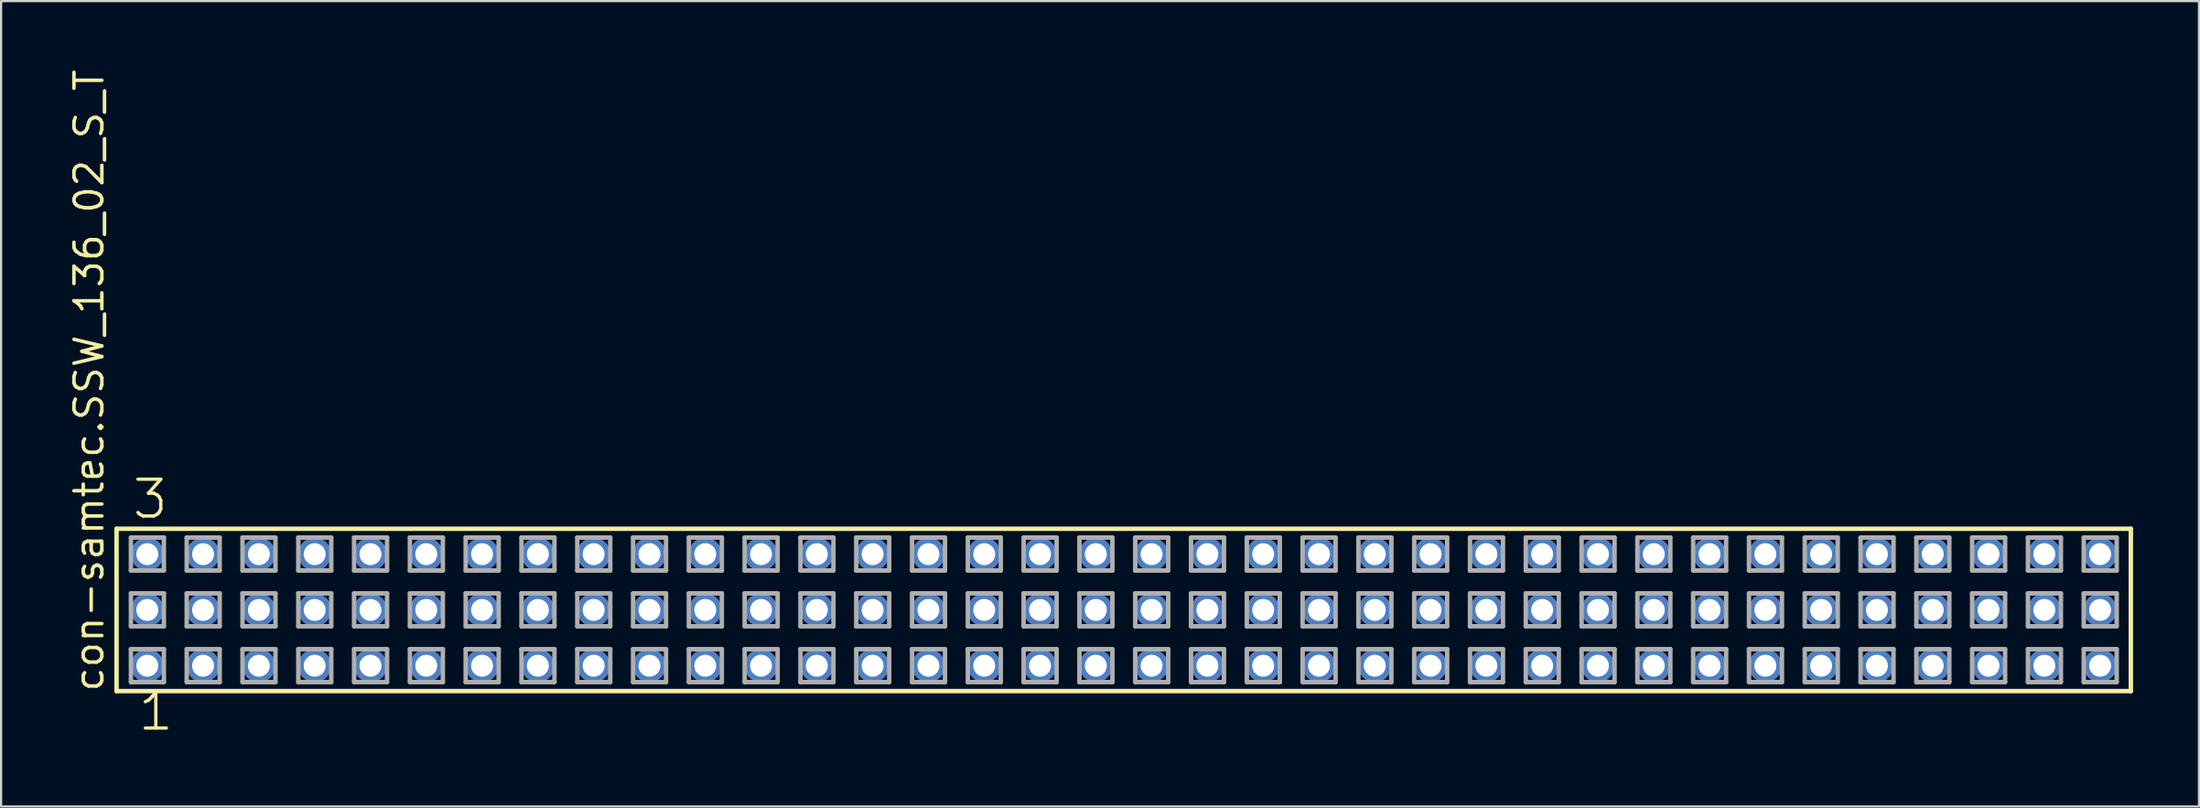
<source format=kicad_pcb>
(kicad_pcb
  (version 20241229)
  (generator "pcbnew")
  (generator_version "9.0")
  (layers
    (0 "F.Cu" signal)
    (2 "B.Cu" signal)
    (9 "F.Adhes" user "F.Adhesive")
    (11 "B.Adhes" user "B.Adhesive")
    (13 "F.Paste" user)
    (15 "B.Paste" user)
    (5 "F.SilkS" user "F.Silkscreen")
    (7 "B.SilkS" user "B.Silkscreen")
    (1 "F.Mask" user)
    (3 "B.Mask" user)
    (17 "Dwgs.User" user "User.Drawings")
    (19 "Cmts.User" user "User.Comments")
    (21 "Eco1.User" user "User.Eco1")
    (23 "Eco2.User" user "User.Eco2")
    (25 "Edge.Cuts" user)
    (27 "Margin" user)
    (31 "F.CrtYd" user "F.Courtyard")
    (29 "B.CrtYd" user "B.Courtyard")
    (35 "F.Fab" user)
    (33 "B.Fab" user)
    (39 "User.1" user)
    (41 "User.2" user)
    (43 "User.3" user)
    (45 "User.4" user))
  (footprint "con-samtec.SSW_136_02_S_T"
    (layer "F.Cu")
    (at 48.105 24.719)
    (property "Reference" "con-samtec.SSW_136_02_S_T" (at -46.355 3.81 90) (layer "F.SilkS") (effects (font (size 1.27 1.27) (thickness 0.16)) (justify left bottom)))
    (attr through_hole)
    (fp_line (start -45.849 -3.695) (end 45.849 -3.695) (stroke (width 0.203) (type default)) (layer "F.SilkS"))
    (fp_line (start -45.849 3.695) (end -45.849 -3.695) (stroke (width 0.203) (type default)) (layer "F.SilkS"))
    (fp_line (start 45.849 -3.695) (end 45.849 3.695) (stroke (width 0.203) (type default)) (layer "F.SilkS"))
    (fp_line (start 45.849 3.695) (end -45.849 3.695) (stroke (width 0.203) (type default)) (layer "F.SilkS"))
    (fp_line (start -45.195 -3.295) (end -43.695 -3.295) (stroke (width 0.203) (type default)) (layer "F.Fab"))
    (fp_line (start -45.195 -1.795) (end -45.195 -3.295) (stroke (width 0.203) (type default)) (layer "F.Fab"))
    (fp_line (start -45.195 -0.755) (end -43.695 -0.755) (stroke (width 0.203) (type default)) (layer "F.Fab"))
    (fp_line (start -45.195 0.745) (end -45.195 -0.755) (stroke (width 0.203) (type default)) (layer "F.Fab"))
    (fp_line (start -45.195 1.785) (end -43.695 1.785) (stroke (width 0.203) (type default)) (layer "F.Fab"))
    (fp_line (start -45.195 3.285) (end -45.195 1.785) (stroke (width 0.203) (type default)) (layer "F.Fab"))
    (fp_line (start -43.695 -3.295) (end -43.695 -1.795) (stroke (width 0.203) (type default)) (layer "F.Fab"))
    (fp_line (start -43.695 -1.795) (end -45.195 -1.795) (stroke (width 0.203) (type default)) (layer "F.Fab"))
    (fp_line (start -43.695 -0.755) (end -43.695 0.745) (stroke (width 0.203) (type default)) (layer "F.Fab"))
    (fp_line (start -43.695 0.745) (end -45.195 0.745) (stroke (width 0.203) (type default)) (layer "F.Fab"))
    (fp_line (start -43.695 1.785) (end -43.695 3.285) (stroke (width 0.203) (type default)) (layer "F.Fab"))
    (fp_line (start -43.695 3.285) (end -45.195 3.285) (stroke (width 0.203) (type default)) (layer "F.Fab"))
    (fp_line (start -42.655 -3.295) (end -41.155 -3.295) (stroke (width 0.203) (type default)) (layer "F.Fab"))
    (fp_line (start -42.655 -1.795) (end -42.655 -3.295) (stroke (width 0.203) (type default)) (layer "F.Fab"))
    (fp_line (start -42.655 -0.755) (end -41.155 -0.755) (stroke (width 0.203) (type default)) (layer "F.Fab"))
    (fp_line (start -42.655 0.745) (end -42.655 -0.755) (stroke (width 0.203) (type default)) (layer "F.Fab"))
    (fp_line (start -42.655 1.785) (end -41.155 1.785) (stroke (width 0.203) (type default)) (layer "F.Fab"))
    (fp_line (start -42.655 3.285) (end -42.655 1.785) (stroke (width 0.203) (type default)) (layer "F.Fab"))
    (fp_line (start -41.155 -3.295) (end -41.155 -1.795) (stroke (width 0.203) (type default)) (layer "F.Fab"))
    (fp_line (start -41.155 -1.795) (end -42.655 -1.795) (stroke (width 0.203) (type default)) (layer "F.Fab"))
    (fp_line (start -41.155 -0.755) (end -41.155 0.745) (stroke (width 0.203) (type default)) (layer "F.Fab"))
    (fp_line (start -41.155 0.745) (end -42.655 0.745) (stroke (width 0.203) (type default)) (layer "F.Fab"))
    (fp_line (start -41.155 1.785) (end -41.155 3.285) (stroke (width 0.203) (type default)) (layer "F.Fab"))
    (fp_line (start -41.155 3.285) (end -42.655 3.285) (stroke (width 0.203) (type default)) (layer "F.Fab"))
    (fp_line (start -40.115 -3.295) (end -38.615 -3.295) (stroke (width 0.203) (type default)) (layer "F.Fab"))
    (fp_line (start -40.115 -1.795) (end -40.115 -3.295) (stroke (width 0.203) (type default)) (layer "F.Fab"))
    (fp_line (start -40.115 -0.755) (end -38.615 -0.755) (stroke (width 0.203) (type default)) (layer "F.Fab"))
    (fp_line (start -40.115 0.745) (end -40.115 -0.755) (stroke (width 0.203) (type default)) (layer "F.Fab"))
    (fp_line (start -40.115 1.785) (end -38.615 1.785) (stroke (width 0.203) (type default)) (layer "F.Fab"))
    (fp_line (start -40.115 3.285) (end -40.115 1.785) (stroke (width 0.203) (type default)) (layer "F.Fab"))
    (fp_line (start -38.615 -3.295) (end -38.615 -1.795) (stroke (width 0.203) (type default)) (layer "F.Fab"))
    (fp_line (start -38.615 -1.795) (end -40.115 -1.795) (stroke (width 0.203) (type default)) (layer "F.Fab"))
    (fp_line (start -38.615 -0.755) (end -38.615 0.745) (stroke (width 0.203) (type default)) (layer "F.Fab"))
    (fp_line (start -38.615 0.745) (end -40.115 0.745) (stroke (width 0.203) (type default)) (layer "F.Fab"))
    (fp_line (start -38.615 1.785) (end -38.615 3.285) (stroke (width 0.203) (type default)) (layer "F.Fab"))
    (fp_line (start -38.615 3.285) (end -40.115 3.285) (stroke (width 0.203) (type default)) (layer "F.Fab"))
    (fp_line (start -37.575 -3.295) (end -36.075 -3.295) (stroke (width 0.203) (type default)) (layer "F.Fab"))
    (fp_line (start -37.575 -1.795) (end -37.575 -3.295) (stroke (width 0.203) (type default)) (layer "F.Fab"))
    (fp_line (start -37.575 -0.755) (end -36.075 -0.755) (stroke (width 0.203) (type default)) (layer "F.Fab"))
    (fp_line (start -37.575 0.745) (end -37.575 -0.755) (stroke (width 0.203) (type default)) (layer "F.Fab"))
    (fp_line (start -37.575 1.785) (end -36.075 1.785) (stroke (width 0.203) (type default)) (layer "F.Fab"))
    (fp_line (start -37.575 3.285) (end -37.575 1.785) (stroke (width 0.203) (type default)) (layer "F.Fab"))
    (fp_line (start -36.075 -3.295) (end -36.075 -1.795) (stroke (width 0.203) (type default)) (layer "F.Fab"))
    (fp_line (start -36.075 -1.795) (end -37.575 -1.795) (stroke (width 0.203) (type default)) (layer "F.Fab"))
    (fp_line (start -36.075 -0.755) (end -36.075 0.745) (stroke (width 0.203) (type default)) (layer "F.Fab"))
    (fp_line (start -36.075 0.745) (end -37.575 0.745) (stroke (width 0.203) (type default)) (layer "F.Fab"))
    (fp_line (start -36.075 1.785) (end -36.075 3.285) (stroke (width 0.203) (type default)) (layer "F.Fab"))
    (fp_line (start -36.075 3.285) (end -37.575 3.285) (stroke (width 0.203) (type default)) (layer "F.Fab"))
    (fp_line (start -35.035 -3.295) (end -33.535 -3.295) (stroke (width 0.203) (type default)) (layer "F.Fab"))
    (fp_line (start -35.035 -1.795) (end -35.035 -3.295) (stroke (width 0.203) (type default)) (layer "F.Fab"))
    (fp_line (start -35.035 -0.755) (end -33.535 -0.755) (stroke (width 0.203) (type default)) (layer "F.Fab"))
    (fp_line (start -35.035 0.745) (end -35.035 -0.755) (stroke (width 0.203) (type default)) (layer "F.Fab"))
    (fp_line (start -35.035 1.785) (end -33.535 1.785) (stroke (width 0.203) (type default)) (layer "F.Fab"))
    (fp_line (start -35.035 3.285) (end -35.035 1.785) (stroke (width 0.203) (type default)) (layer "F.Fab"))
    (fp_line (start -33.535 -3.295) (end -33.535 -1.795) (stroke (width 0.203) (type default)) (layer "F.Fab"))
    (fp_line (start -33.535 -1.795) (end -35.035 -1.795) (stroke (width 0.203) (type default)) (layer "F.Fab"))
    (fp_line (start -33.535 -0.755) (end -33.535 0.745) (stroke (width 0.203) (type default)) (layer "F.Fab"))
    (fp_line (start -33.535 0.745) (end -35.035 0.745) (stroke (width 0.203) (type default)) (layer "F.Fab"))
    (fp_line (start -33.535 1.785) (end -33.535 3.285) (stroke (width 0.203) (type default)) (layer "F.Fab"))
    (fp_line (start -33.535 3.285) (end -35.035 3.285) (stroke (width 0.203) (type default)) (layer "F.Fab"))
    (fp_line (start -32.495 -3.295) (end -30.995 -3.295) (stroke (width 0.203) (type default)) (layer "F.Fab"))
    (fp_line (start -32.495 -1.795) (end -32.495 -3.295) (stroke (width 0.203) (type default)) (layer "F.Fab"))
    (fp_line (start -32.495 -0.755) (end -30.995 -0.755) (stroke (width 0.203) (type default)) (layer "F.Fab"))
    (fp_line (start -32.495 0.745) (end -32.495 -0.755) (stroke (width 0.203) (type default)) (layer "F.Fab"))
    (fp_line (start -32.495 1.785) (end -30.995 1.785) (stroke (width 0.203) (type default)) (layer "F.Fab"))
    (fp_line (start -32.495 3.285) (end -32.495 1.785) (stroke (width 0.203) (type default)) (layer "F.Fab"))
    (fp_line (start -30.995 -3.295) (end -30.995 -1.795) (stroke (width 0.203) (type default)) (layer "F.Fab"))
    (fp_line (start -30.995 -1.795) (end -32.495 -1.795) (stroke (width 0.203) (type default)) (layer "F.Fab"))
    (fp_line (start -30.995 -0.755) (end -30.995 0.745) (stroke (width 0.203) (type default)) (layer "F.Fab"))
    (fp_line (start -30.995 0.745) (end -32.495 0.745) (stroke (width 0.203) (type default)) (layer "F.Fab"))
    (fp_line (start -30.995 1.785) (end -30.995 3.285) (stroke (width 0.203) (type default)) (layer "F.Fab"))
    (fp_line (start -30.995 3.285) (end -32.495 3.285) (stroke (width 0.203) (type default)) (layer "F.Fab"))
    (fp_line (start -29.955 -3.295) (end -28.455 -3.295) (stroke (width 0.203) (type default)) (layer "F.Fab"))
    (fp_line (start -29.955 -1.795) (end -29.955 -3.295) (stroke (width 0.203) (type default)) (layer "F.Fab"))
    (fp_line (start -29.955 -0.755) (end -28.455 -0.755) (stroke (width 0.203) (type default)) (layer "F.Fab"))
    (fp_line (start -29.955 0.745) (end -29.955 -0.755) (stroke (width 0.203) (type default)) (layer "F.Fab"))
    (fp_line (start -29.955 1.785) (end -28.455 1.785) (stroke (width 0.203) (type default)) (layer "F.Fab"))
    (fp_line (start -29.955 3.285) (end -29.955 1.785) (stroke (width 0.203) (type default)) (layer "F.Fab"))
    (fp_line (start -28.455 -3.295) (end -28.455 -1.795) (stroke (width 0.203) (type default)) (layer "F.Fab"))
    (fp_line (start -28.455 -1.795) (end -29.955 -1.795) (stroke (width 0.203) (type default)) (layer "F.Fab"))
    (fp_line (start -28.455 -0.755) (end -28.455 0.745) (stroke (width 0.203) (type default)) (layer "F.Fab"))
    (fp_line (start -28.455 0.745) (end -29.955 0.745) (stroke (width 0.203) (type default)) (layer "F.Fab"))
    (fp_line (start -28.455 1.785) (end -28.455 3.285) (stroke (width 0.203) (type default)) (layer "F.Fab"))
    (fp_line (start -28.455 3.285) (end -29.955 3.285) (stroke (width 0.203) (type default)) (layer "F.Fab"))
    (fp_line (start -27.415 -3.295) (end -25.915 -3.295) (stroke (width 0.203) (type default)) (layer "F.Fab"))
    (fp_line (start -27.415 -1.795) (end -27.415 -3.295) (stroke (width 0.203) (type default)) (layer "F.Fab"))
    (fp_line (start -27.415 -0.755) (end -25.915 -0.755) (stroke (width 0.203) (type default)) (layer "F.Fab"))
    (fp_line (start -27.415 0.745) (end -27.415 -0.755) (stroke (width 0.203) (type default)) (layer "F.Fab"))
    (fp_line (start -27.415 1.785) (end -25.915 1.785) (stroke (width 0.203) (type default)) (layer "F.Fab"))
    (fp_line (start -27.415 3.285) (end -27.415 1.785) (stroke (width 0.203) (type default)) (layer "F.Fab"))
    (fp_line (start -25.915 -3.295) (end -25.915 -1.795) (stroke (width 0.203) (type default)) (layer "F.Fab"))
    (fp_line (start -25.915 -1.795) (end -27.415 -1.795) (stroke (width 0.203) (type default)) (layer "F.Fab"))
    (fp_line (start -25.915 -0.755) (end -25.915 0.745) (stroke (width 0.203) (type default)) (layer "F.Fab"))
    (fp_line (start -25.915 0.745) (end -27.415 0.745) (stroke (width 0.203) (type default)) (layer "F.Fab"))
    (fp_line (start -25.915 1.785) (end -25.915 3.285) (stroke (width 0.203) (type default)) (layer "F.Fab"))
    (fp_line (start -25.915 3.285) (end -27.415 3.285) (stroke (width 0.203) (type default)) (layer "F.Fab"))
    (fp_line (start -24.875 -3.295) (end -23.375 -3.295) (stroke (width 0.203) (type default)) (layer "F.Fab"))
    (fp_line (start -24.875 -1.795) (end -24.875 -3.295) (stroke (width 0.203) (type default)) (layer "F.Fab"))
    (fp_line (start -24.875 -0.755) (end -23.375 -0.755) (stroke (width 0.203) (type default)) (layer "F.Fab"))
    (fp_line (start -24.875 0.745) (end -24.875 -0.755) (stroke (width 0.203) (type default)) (layer "F.Fab"))
    (fp_line (start -24.875 1.785) (end -23.375 1.785) (stroke (width 0.203) (type default)) (layer "F.Fab"))
    (fp_line (start -24.875 3.285) (end -24.875 1.785) (stroke (width 0.203) (type default)) (layer "F.Fab"))
    (fp_line (start -23.375 -3.295) (end -23.375 -1.795) (stroke (width 0.203) (type default)) (layer "F.Fab"))
    (fp_line (start -23.375 -1.795) (end -24.875 -1.795) (stroke (width 0.203) (type default)) (layer "F.Fab"))
    (fp_line (start -23.375 -0.755) (end -23.375 0.745) (stroke (width 0.203) (type default)) (layer "F.Fab"))
    (fp_line (start -23.375 0.745) (end -24.875 0.745) (stroke (width 0.203) (type default)) (layer "F.Fab"))
    (fp_line (start -23.375 1.785) (end -23.375 3.285) (stroke (width 0.203) (type default)) (layer "F.Fab"))
    (fp_line (start -23.375 3.285) (end -24.875 3.285) (stroke (width 0.203) (type default)) (layer "F.Fab"))
    (fp_line (start -22.335 -3.295) (end -20.835 -3.295) (stroke (width 0.203) (type default)) (layer "F.Fab"))
    (fp_line (start -22.335 -1.795) (end -22.335 -3.295) (stroke (width 0.203) (type default)) (layer "F.Fab"))
    (fp_line (start -22.335 -0.755) (end -20.835 -0.755) (stroke (width 0.203) (type default)) (layer "F.Fab"))
    (fp_line (start -22.335 0.745) (end -22.335 -0.755) (stroke (width 0.203) (type default)) (layer "F.Fab"))
    (fp_line (start -22.335 1.785) (end -20.835 1.785) (stroke (width 0.203) (type default)) (layer "F.Fab"))
    (fp_line (start -22.335 3.285) (end -22.335 1.785) (stroke (width 0.203) (type default)) (layer "F.Fab"))
    (fp_line (start -20.835 -3.295) (end -20.835 -1.795) (stroke (width 0.203) (type default)) (layer "F.Fab"))
    (fp_line (start -20.835 -1.795) (end -22.335 -1.795) (stroke (width 0.203) (type default)) (layer "F.Fab"))
    (fp_line (start -20.835 -0.755) (end -20.835 0.745) (stroke (width 0.203) (type default)) (layer "F.Fab"))
    (fp_line (start -20.835 0.745) (end -22.335 0.745) (stroke (width 0.203) (type default)) (layer "F.Fab"))
    (fp_line (start -20.835 1.785) (end -20.835 3.285) (stroke (width 0.203) (type default)) (layer "F.Fab"))
    (fp_line (start -20.835 3.285) (end -22.335 3.285) (stroke (width 0.203) (type default)) (layer "F.Fab"))
    (fp_line (start -19.795 -3.295) (end -18.295 -3.295) (stroke (width 0.203) (type default)) (layer "F.Fab"))
    (fp_line (start -19.795 -1.795) (end -19.795 -3.295) (stroke (width 0.203) (type default)) (layer "F.Fab"))
    (fp_line (start -19.795 -0.755) (end -18.295 -0.755) (stroke (width 0.203) (type default)) (layer "F.Fab"))
    (fp_line (start -19.795 0.745) (end -19.795 -0.755) (stroke (width 0.203) (type default)) (layer "F.Fab"))
    (fp_line (start -19.795 1.785) (end -18.295 1.785) (stroke (width 0.203) (type default)) (layer "F.Fab"))
    (fp_line (start -19.795 3.285) (end -19.795 1.785) (stroke (width 0.203) (type default)) (layer "F.Fab"))
    (fp_line (start -18.295 -3.295) (end -18.295 -1.795) (stroke (width 0.203) (type default)) (layer "F.Fab"))
    (fp_line (start -18.295 -1.795) (end -19.795 -1.795) (stroke (width 0.203) (type default)) (layer "F.Fab"))
    (fp_line (start -18.295 -0.755) (end -18.295 0.745) (stroke (width 0.203) (type default)) (layer "F.Fab"))
    (fp_line (start -18.295 0.745) (end -19.795 0.745) (stroke (width 0.203) (type default)) (layer "F.Fab"))
    (fp_line (start -18.295 1.785) (end -18.295 3.285) (stroke (width 0.203) (type default)) (layer "F.Fab"))
    (fp_line (start -18.295 3.285) (end -19.795 3.285) (stroke (width 0.203) (type default)) (layer "F.Fab"))
    (fp_line (start -17.255 -3.295) (end -15.755 -3.295) (stroke (width 0.203) (type default)) (layer "F.Fab"))
    (fp_line (start -17.255 -1.795) (end -17.255 -3.295) (stroke (width 0.203) (type default)) (layer "F.Fab"))
    (fp_line (start -17.255 -0.755) (end -15.755 -0.755) (stroke (width 0.203) (type default)) (layer "F.Fab"))
    (fp_line (start -17.255 0.745) (end -17.255 -0.755) (stroke (width 0.203) (type default)) (layer "F.Fab"))
    (fp_line (start -17.255 1.785) (end -15.755 1.785) (stroke (width 0.203) (type default)) (layer "F.Fab"))
    (fp_line (start -17.255 3.285) (end -17.255 1.785) (stroke (width 0.203) (type default)) (layer "F.Fab"))
    (fp_line (start -15.755 -3.295) (end -15.755 -1.795) (stroke (width 0.203) (type default)) (layer "F.Fab"))
    (fp_line (start -15.755 -1.795) (end -17.255 -1.795) (stroke (width 0.203) (type default)) (layer "F.Fab"))
    (fp_line (start -15.755 -0.755) (end -15.755 0.745) (stroke (width 0.203) (type default)) (layer "F.Fab"))
    (fp_line (start -15.755 0.745) (end -17.255 0.745) (stroke (width 0.203) (type default)) (layer "F.Fab"))
    (fp_line (start -15.755 1.785) (end -15.755 3.285) (stroke (width 0.203) (type default)) (layer "F.Fab"))
    (fp_line (start -15.755 3.285) (end -17.255 3.285) (stroke (width 0.203) (type default)) (layer "F.Fab"))
    (fp_line (start -14.715 -3.295) (end -13.215 -3.295) (stroke (width 0.203) (type default)) (layer "F.Fab"))
    (fp_line (start -14.715 -1.795) (end -14.715 -3.295) (stroke (width 0.203) (type default)) (layer "F.Fab"))
    (fp_line (start -14.715 -0.755) (end -13.215 -0.755) (stroke (width 0.203) (type default)) (layer "F.Fab"))
    (fp_line (start -14.715 0.745) (end -14.715 -0.755) (stroke (width 0.203) (type default)) (layer "F.Fab"))
    (fp_line (start -14.715 1.785) (end -13.215 1.785) (stroke (width 0.203) (type default)) (layer "F.Fab"))
    (fp_line (start -14.715 3.285) (end -14.715 1.785) (stroke (width 0.203) (type default)) (layer "F.Fab"))
    (fp_line (start -13.215 -3.295) (end -13.215 -1.795) (stroke (width 0.203) (type default)) (layer "F.Fab"))
    (fp_line (start -13.215 -1.795) (end -14.715 -1.795) (stroke (width 0.203) (type default)) (layer "F.Fab"))
    (fp_line (start -13.215 -0.755) (end -13.215 0.745) (stroke (width 0.203) (type default)) (layer "F.Fab"))
    (fp_line (start -13.215 0.745) (end -14.715 0.745) (stroke (width 0.203) (type default)) (layer "F.Fab"))
    (fp_line (start -13.215 1.785) (end -13.215 3.285) (stroke (width 0.203) (type default)) (layer "F.Fab"))
    (fp_line (start -13.215 3.285) (end -14.715 3.285) (stroke (width 0.203) (type default)) (layer "F.Fab"))
    (fp_line (start -12.175 -3.295) (end -10.675 -3.295) (stroke (width 0.203) (type default)) (layer "F.Fab"))
    (fp_line (start -12.175 -1.795) (end -12.175 -3.295) (stroke (width 0.203) (type default)) (layer "F.Fab"))
    (fp_line (start -12.175 -0.755) (end -10.675 -0.755) (stroke (width 0.203) (type default)) (layer "F.Fab"))
    (fp_line (start -12.175 0.745) (end -12.175 -0.755) (stroke (width 0.203) (type default)) (layer "F.Fab"))
    (fp_line (start -12.175 1.785) (end -10.675 1.785) (stroke (width 0.203) (type default)) (layer "F.Fab"))
    (fp_line (start -12.175 3.285) (end -12.175 1.785) (stroke (width 0.203) (type default)) (layer "F.Fab"))
    (fp_line (start -10.675 -3.295) (end -10.675 -1.795) (stroke (width 0.203) (type default)) (layer "F.Fab"))
    (fp_line (start -10.675 -1.795) (end -12.175 -1.795) (stroke (width 0.203) (type default)) (layer "F.Fab"))
    (fp_line (start -10.675 -0.755) (end -10.675 0.745) (stroke (width 0.203) (type default)) (layer "F.Fab"))
    (fp_line (start -10.675 0.745) (end -12.175 0.745) (stroke (width 0.203) (type default)) (layer "F.Fab"))
    (fp_line (start -10.675 1.785) (end -10.675 3.285) (stroke (width 0.203) (type default)) (layer "F.Fab"))
    (fp_line (start -10.675 3.285) (end -12.175 3.285) (stroke (width 0.203) (type default)) (layer "F.Fab"))
    (fp_line (start -9.635 -3.295) (end -8.135 -3.295) (stroke (width 0.203) (type default)) (layer "F.Fab"))
    (fp_line (start -9.635 -1.795) (end -9.635 -3.295) (stroke (width 0.203) (type default)) (layer "F.Fab"))
    (fp_line (start -9.635 -0.755) (end -8.135 -0.755) (stroke (width 0.203) (type default)) (layer "F.Fab"))
    (fp_line (start -9.635 0.745) (end -9.635 -0.755) (stroke (width 0.203) (type default)) (layer "F.Fab"))
    (fp_line (start -9.635 1.785) (end -8.135 1.785) (stroke (width 0.203) (type default)) (layer "F.Fab"))
    (fp_line (start -9.635 3.285) (end -9.635 1.785) (stroke (width 0.203) (type default)) (layer "F.Fab"))
    (fp_line (start -8.135 -3.295) (end -8.135 -1.795) (stroke (width 0.203) (type default)) (layer "F.Fab"))
    (fp_line (start -8.135 -1.795) (end -9.635 -1.795) (stroke (width 0.203) (type default)) (layer "F.Fab"))
    (fp_line (start -8.135 -0.755) (end -8.135 0.745) (stroke (width 0.203) (type default)) (layer "F.Fab"))
    (fp_line (start -8.135 0.745) (end -9.635 0.745) (stroke (width 0.203) (type default)) (layer "F.Fab"))
    (fp_line (start -8.135 1.785) (end -8.135 3.285) (stroke (width 0.203) (type default)) (layer "F.Fab"))
    (fp_line (start -8.135 3.285) (end -9.635 3.285) (stroke (width 0.203) (type default)) (layer "F.Fab"))
    (fp_line (start -7.095 -3.295) (end -5.595 -3.295) (stroke (width 0.203) (type default)) (layer "F.Fab"))
    (fp_line (start -7.095 -1.795) (end -7.095 -3.295) (stroke (width 0.203) (type default)) (layer "F.Fab"))
    (fp_line (start -7.095 -0.755) (end -5.595 -0.755) (stroke (width 0.203) (type default)) (layer "F.Fab"))
    (fp_line (start -7.095 0.745) (end -7.095 -0.755) (stroke (width 0.203) (type default)) (layer "F.Fab"))
    (fp_line (start -7.095 1.785) (end -5.595 1.785) (stroke (width 0.203) (type default)) (layer "F.Fab"))
    (fp_line (start -7.095 3.285) (end -7.095 1.785) (stroke (width 0.203) (type default)) (layer "F.Fab"))
    (fp_line (start -5.595 -3.295) (end -5.595 -1.795) (stroke (width 0.203) (type default)) (layer "F.Fab"))
    (fp_line (start -5.595 -1.795) (end -7.095 -1.795) (stroke (width 0.203) (type default)) (layer "F.Fab"))
    (fp_line (start -5.595 -0.755) (end -5.595 0.745) (stroke (width 0.203) (type default)) (layer "F.Fab"))
    (fp_line (start -5.595 0.745) (end -7.095 0.745) (stroke (width 0.203) (type default)) (layer "F.Fab"))
    (fp_line (start -5.595 1.785) (end -5.595 3.285) (stroke (width 0.203) (type default)) (layer "F.Fab"))
    (fp_line (start -5.595 3.285) (end -7.095 3.285) (stroke (width 0.203) (type default)) (layer "F.Fab"))
    (fp_line (start -4.555 -3.295) (end -3.055 -3.295) (stroke (width 0.203) (type default)) (layer "F.Fab"))
    (fp_line (start -4.555 -1.795) (end -4.555 -3.295) (stroke (width 0.203) (type default)) (layer "F.Fab"))
    (fp_line (start -4.555 -0.755) (end -3.055 -0.755) (stroke (width 0.203) (type default)) (layer "F.Fab"))
    (fp_line (start -4.555 0.745) (end -4.555 -0.755) (stroke (width 0.203) (type default)) (layer "F.Fab"))
    (fp_line (start -4.555 1.785) (end -3.055 1.785) (stroke (width 0.203) (type default)) (layer "F.Fab"))
    (fp_line (start -4.555 3.285) (end -4.555 1.785) (stroke (width 0.203) (type default)) (layer "F.Fab"))
    (fp_line (start -3.055 -3.295) (end -3.055 -1.795) (stroke (width 0.203) (type default)) (layer "F.Fab"))
    (fp_line (start -3.055 -1.795) (end -4.555 -1.795) (stroke (width 0.203) (type default)) (layer "F.Fab"))
    (fp_line (start -3.055 -0.755) (end -3.055 0.745) (stroke (width 0.203) (type default)) (layer "F.Fab"))
    (fp_line (start -3.055 0.745) (end -4.555 0.745) (stroke (width 0.203) (type default)) (layer "F.Fab"))
    (fp_line (start -3.055 1.785) (end -3.055 3.285) (stroke (width 0.203) (type default)) (layer "F.Fab"))
    (fp_line (start -3.055 3.285) (end -4.555 3.285) (stroke (width 0.203) (type default)) (layer "F.Fab"))
    (fp_line (start -2.015 -3.295) (end -0.515 -3.295) (stroke (width 0.203) (type default)) (layer "F.Fab"))
    (fp_line (start -2.015 -1.795) (end -2.015 -3.295) (stroke (width 0.203) (type default)) (layer "F.Fab"))
    (fp_line (start -2.015 -0.755) (end -0.515 -0.755) (stroke (width 0.203) (type default)) (layer "F.Fab"))
    (fp_line (start -2.015 0.745) (end -2.015 -0.755) (stroke (width 0.203) (type default)) (layer "F.Fab"))
    (fp_line (start -2.015 1.785) (end -0.515 1.785) (stroke (width 0.203) (type default)) (layer "F.Fab"))
    (fp_line (start -2.015 3.285) (end -2.015 1.785) (stroke (width 0.203) (type default)) (layer "F.Fab"))
    (fp_line (start -0.515 -3.295) (end -0.515 -1.795) (stroke (width 0.203) (type default)) (layer "F.Fab"))
    (fp_line (start -0.515 -1.795) (end -2.015 -1.795) (stroke (width 0.203) (type default)) (layer "F.Fab"))
    (fp_line (start -0.515 -0.755) (end -0.515 0.745) (stroke (width 0.203) (type default)) (layer "F.Fab"))
    (fp_line (start -0.515 0.745) (end -2.015 0.745) (stroke (width 0.203) (type default)) (layer "F.Fab"))
    (fp_line (start -0.515 1.785) (end -0.515 3.285) (stroke (width 0.203) (type default)) (layer "F.Fab"))
    (fp_line (start -0.515 3.285) (end -2.015 3.285) (stroke (width 0.203) (type default)) (layer "F.Fab"))
    (fp_line (start 0.525 -3.295) (end 2.025 -3.295) (stroke (width 0.203) (type default)) (layer "F.Fab"))
    (fp_line (start 0.525 -1.795) (end 0.525 -3.295) (stroke (width 0.203) (type default)) (layer "F.Fab"))
    (fp_line (start 0.525 -0.755) (end 2.025 -0.755) (stroke (width 0.203) (type default)) (layer "F.Fab"))
    (fp_line (start 0.525 0.745) (end 0.525 -0.755) (stroke (width 0.203) (type default)) (layer "F.Fab"))
    (fp_line (start 0.525 1.785) (end 2.025 1.785) (stroke (width 0.203) (type default)) (layer "F.Fab"))
    (fp_line (start 0.525 3.285) (end 0.525 1.785) (stroke (width 0.203) (type default)) (layer "F.Fab"))
    (fp_line (start 2.025 -3.295) (end 2.025 -1.795) (stroke (width 0.203) (type default)) (layer "F.Fab"))
    (fp_line (start 2.025 -1.795) (end 0.525 -1.795) (stroke (width 0.203) (type default)) (layer "F.Fab"))
    (fp_line (start 2.025 -0.755) (end 2.025 0.745) (stroke (width 0.203) (type default)) (layer "F.Fab"))
    (fp_line (start 2.025 0.745) (end 0.525 0.745) (stroke (width 0.203) (type default)) (layer "F.Fab"))
    (fp_line (start 2.025 1.785) (end 2.025 3.285) (stroke (width 0.203) (type default)) (layer "F.Fab"))
    (fp_line (start 2.025 3.285) (end 0.525 3.285) (stroke (width 0.203) (type default)) (layer "F.Fab"))
    (fp_line (start 3.065 -3.295) (end 4.565 -3.295) (stroke (width 0.203) (type default)) (layer "F.Fab"))
    (fp_line (start 3.065 -1.795) (end 3.065 -3.295) (stroke (width 0.203) (type default)) (layer "F.Fab"))
    (fp_line (start 3.065 -0.755) (end 4.565 -0.755) (stroke (width 0.203) (type default)) (layer "F.Fab"))
    (fp_line (start 3.065 0.745) (end 3.065 -0.755) (stroke (width 0.203) (type default)) (layer "F.Fab"))
    (fp_line (start 3.065 1.785) (end 4.565 1.785) (stroke (width 0.203) (type default)) (layer "F.Fab"))
    (fp_line (start 3.065 3.285) (end 3.065 1.785) (stroke (width 0.203) (type default)) (layer "F.Fab"))
    (fp_line (start 4.565 -3.295) (end 4.565 -1.795) (stroke (width 0.203) (type default)) (layer "F.Fab"))
    (fp_line (start 4.565 -1.795) (end 3.065 -1.795) (stroke (width 0.203) (type default)) (layer "F.Fab"))
    (fp_line (start 4.565 -0.755) (end 4.565 0.745) (stroke (width 0.203) (type default)) (layer "F.Fab"))
    (fp_line (start 4.565 0.745) (end 3.065 0.745) (stroke (width 0.203) (type default)) (layer "F.Fab"))
    (fp_line (start 4.565 1.785) (end 4.565 3.285) (stroke (width 0.203) (type default)) (layer "F.Fab"))
    (fp_line (start 4.565 3.285) (end 3.065 3.285) (stroke (width 0.203) (type default)) (layer "F.Fab"))
    (fp_line (start 5.605 -3.295) (end 7.105 -3.295) (stroke (width 0.203) (type default)) (layer "F.Fab"))
    (fp_line (start 5.605 -1.795) (end 5.605 -3.295) (stroke (width 0.203) (type default)) (layer "F.Fab"))
    (fp_line (start 5.605 -0.755) (end 7.105 -0.755) (stroke (width 0.203) (type default)) (layer "F.Fab"))
    (fp_line (start 5.605 0.745) (end 5.605 -0.755) (stroke (width 0.203) (type default)) (layer "F.Fab"))
    (fp_line (start 5.605 1.785) (end 7.105 1.785) (stroke (width 0.203) (type default)) (layer "F.Fab"))
    (fp_line (start 5.605 3.285) (end 5.605 1.785) (stroke (width 0.203) (type default)) (layer "F.Fab"))
    (fp_line (start 7.105 -3.295) (end 7.105 -1.795) (stroke (width 0.203) (type default)) (layer "F.Fab"))
    (fp_line (start 7.105 -1.795) (end 5.605 -1.795) (stroke (width 0.203) (type default)) (layer "F.Fab"))
    (fp_line (start 7.105 -0.755) (end 7.105 0.745) (stroke (width 0.203) (type default)) (layer "F.Fab"))
    (fp_line (start 7.105 0.745) (end 5.605 0.745) (stroke (width 0.203) (type default)) (layer "F.Fab"))
    (fp_line (start 7.105 1.785) (end 7.105 3.285) (stroke (width 0.203) (type default)) (layer "F.Fab"))
    (fp_line (start 7.105 3.285) (end 5.605 3.285) (stroke (width 0.203) (type default)) (layer "F.Fab"))
    (fp_line (start 8.145 -3.295) (end 9.645 -3.295) (stroke (width 0.203) (type default)) (layer "F.Fab"))
    (fp_line (start 8.145 -1.795) (end 8.145 -3.295) (stroke (width 0.203) (type default)) (layer "F.Fab"))
    (fp_line (start 8.145 -0.755) (end 9.645 -0.755) (stroke (width 0.203) (type default)) (layer "F.Fab"))
    (fp_line (start 8.145 0.745) (end 8.145 -0.755) (stroke (width 0.203) (type default)) (layer "F.Fab"))
    (fp_line (start 8.145 1.785) (end 9.645 1.785) (stroke (width 0.203) (type default)) (layer "F.Fab"))
    (fp_line (start 8.145 3.285) (end 8.145 1.785) (stroke (width 0.203) (type default)) (layer "F.Fab"))
    (fp_line (start 9.645 -3.295) (end 9.645 -1.795) (stroke (width 0.203) (type default)) (layer "F.Fab"))
    (fp_line (start 9.645 -1.795) (end 8.145 -1.795) (stroke (width 0.203) (type default)) (layer "F.Fab"))
    (fp_line (start 9.645 -0.755) (end 9.645 0.745) (stroke (width 0.203) (type default)) (layer "F.Fab"))
    (fp_line (start 9.645 0.745) (end 8.145 0.745) (stroke (width 0.203) (type default)) (layer "F.Fab"))
    (fp_line (start 9.645 1.785) (end 9.645 3.285) (stroke (width 0.203) (type default)) (layer "F.Fab"))
    (fp_line (start 9.645 3.285) (end 8.145 3.285) (stroke (width 0.203) (type default)) (layer "F.Fab"))
    (fp_line (start 10.685 -3.295) (end 12.185 -3.295) (stroke (width 0.203) (type default)) (layer "F.Fab"))
    (fp_line (start 10.685 -1.795) (end 10.685 -3.295) (stroke (width 0.203) (type default)) (layer "F.Fab"))
    (fp_line (start 10.685 -0.755) (end 12.185 -0.755) (stroke (width 0.203) (type default)) (layer "F.Fab"))
    (fp_line (start 10.685 0.745) (end 10.685 -0.755) (stroke (width 0.203) (type default)) (layer "F.Fab"))
    (fp_line (start 10.685 1.785) (end 12.185 1.785) (stroke (width 0.203) (type default)) (layer "F.Fab"))
    (fp_line (start 10.685 3.285) (end 10.685 1.785) (stroke (width 0.203) (type default)) (layer "F.Fab"))
    (fp_line (start 12.185 -3.295) (end 12.185 -1.795) (stroke (width 0.203) (type default)) (layer "F.Fab"))
    (fp_line (start 12.185 -1.795) (end 10.685 -1.795) (stroke (width 0.203) (type default)) (layer "F.Fab"))
    (fp_line (start 12.185 -0.755) (end 12.185 0.745) (stroke (width 0.203) (type default)) (layer "F.Fab"))
    (fp_line (start 12.185 0.745) (end 10.685 0.745) (stroke (width 0.203) (type default)) (layer "F.Fab"))
    (fp_line (start 12.185 1.785) (end 12.185 3.285) (stroke (width 0.203) (type default)) (layer "F.Fab"))
    (fp_line (start 12.185 3.285) (end 10.685 3.285) (stroke (width 0.203) (type default)) (layer "F.Fab"))
    (fp_line (start 13.225 -3.295) (end 14.725 -3.295) (stroke (width 0.203) (type default)) (layer "F.Fab"))
    (fp_line (start 13.225 -1.795) (end 13.225 -3.295) (stroke (width 0.203) (type default)) (layer "F.Fab"))
    (fp_line (start 13.225 -0.755) (end 14.725 -0.755) (stroke (width 0.203) (type default)) (layer "F.Fab"))
    (fp_line (start 13.225 0.745) (end 13.225 -0.755) (stroke (width 0.203) (type default)) (layer "F.Fab"))
    (fp_line (start 13.225 1.785) (end 14.725 1.785) (stroke (width 0.203) (type default)) (layer "F.Fab"))
    (fp_line (start 13.225 3.285) (end 13.225 1.785) (stroke (width 0.203) (type default)) (layer "F.Fab"))
    (fp_line (start 14.725 -3.295) (end 14.725 -1.795) (stroke (width 0.203) (type default)) (layer "F.Fab"))
    (fp_line (start 14.725 -1.795) (end 13.225 -1.795) (stroke (width 0.203) (type default)) (layer "F.Fab"))
    (fp_line (start 14.725 -0.755) (end 14.725 0.745) (stroke (width 0.203) (type default)) (layer "F.Fab"))
    (fp_line (start 14.725 0.745) (end 13.225 0.745) (stroke (width 0.203) (type default)) (layer "F.Fab"))
    (fp_line (start 14.725 1.785) (end 14.725 3.285) (stroke (width 0.203) (type default)) (layer "F.Fab"))
    (fp_line (start 14.725 3.285) (end 13.225 3.285) (stroke (width 0.203) (type default)) (layer "F.Fab"))
    (fp_line (start 15.765 -3.295) (end 17.265 -3.295) (stroke (width 0.203) (type default)) (layer "F.Fab"))
    (fp_line (start 15.765 -1.795) (end 15.765 -3.295) (stroke (width 0.203) (type default)) (layer "F.Fab"))
    (fp_line (start 15.765 -0.755) (end 17.265 -0.755) (stroke (width 0.203) (type default)) (layer "F.Fab"))
    (fp_line (start 15.765 0.745) (end 15.765 -0.755) (stroke (width 0.203) (type default)) (layer "F.Fab"))
    (fp_line (start 15.765 1.785) (end 17.265 1.785) (stroke (width 0.203) (type default)) (layer "F.Fab"))
    (fp_line (start 15.765 3.285) (end 15.765 1.785) (stroke (width 0.203) (type default)) (layer "F.Fab"))
    (fp_line (start 17.265 -3.295) (end 17.265 -1.795) (stroke (width 0.203) (type default)) (layer "F.Fab"))
    (fp_line (start 17.265 -1.795) (end 15.765 -1.795) (stroke (width 0.203) (type default)) (layer "F.Fab"))
    (fp_line (start 17.265 -0.755) (end 17.265 0.745) (stroke (width 0.203) (type default)) (layer "F.Fab"))
    (fp_line (start 17.265 0.745) (end 15.765 0.745) (stroke (width 0.203) (type default)) (layer "F.Fab"))
    (fp_line (start 17.265 1.785) (end 17.265 3.285) (stroke (width 0.203) (type default)) (layer "F.Fab"))
    (fp_line (start 17.265 3.285) (end 15.765 3.285) (stroke (width 0.203) (type default)) (layer "F.Fab"))
    (fp_line (start 18.305 -3.295) (end 19.805 -3.295) (stroke (width 0.203) (type default)) (layer "F.Fab"))
    (fp_line (start 18.305 -1.795) (end 18.305 -3.295) (stroke (width 0.203) (type default)) (layer "F.Fab"))
    (fp_line (start 18.305 -0.755) (end 19.805 -0.755) (stroke (width 0.203) (type default)) (layer "F.Fab"))
    (fp_line (start 18.305 0.745) (end 18.305 -0.755) (stroke (width 0.203) (type default)) (layer "F.Fab"))
    (fp_line (start 18.305 1.785) (end 19.805 1.785) (stroke (width 0.203) (type default)) (layer "F.Fab"))
    (fp_line (start 18.305 3.285) (end 18.305 1.785) (stroke (width 0.203) (type default)) (layer "F.Fab"))
    (fp_line (start 19.805 -3.295) (end 19.805 -1.795) (stroke (width 0.203) (type default)) (layer "F.Fab"))
    (fp_line (start 19.805 -1.795) (end 18.305 -1.795) (stroke (width 0.203) (type default)) (layer "F.Fab"))
    (fp_line (start 19.805 -0.755) (end 19.805 0.745) (stroke (width 0.203) (type default)) (layer "F.Fab"))
    (fp_line (start 19.805 0.745) (end 18.305 0.745) (stroke (width 0.203) (type default)) (layer "F.Fab"))
    (fp_line (start 19.805 1.785) (end 19.805 3.285) (stroke (width 0.203) (type default)) (layer "F.Fab"))
    (fp_line (start 19.805 3.285) (end 18.305 3.285) (stroke (width 0.203) (type default)) (layer "F.Fab"))
    (fp_line (start 20.845 -3.295) (end 22.345 -3.295) (stroke (width 0.203) (type default)) (layer "F.Fab"))
    (fp_line (start 20.845 -1.795) (end 20.845 -3.295) (stroke (width 0.203) (type default)) (layer "F.Fab"))
    (fp_line (start 20.845 -0.755) (end 22.345 -0.755) (stroke (width 0.203) (type default)) (layer "F.Fab"))
    (fp_line (start 20.845 0.745) (end 20.845 -0.755) (stroke (width 0.203) (type default)) (layer "F.Fab"))
    (fp_line (start 20.845 1.785) (end 22.345 1.785) (stroke (width 0.203) (type default)) (layer "F.Fab"))
    (fp_line (start 20.845 3.285) (end 20.845 1.785) (stroke (width 0.203) (type default)) (layer "F.Fab"))
    (fp_line (start 22.345 -3.295) (end 22.345 -1.795) (stroke (width 0.203) (type default)) (layer "F.Fab"))
    (fp_line (start 22.345 -1.795) (end 20.845 -1.795) (stroke (width 0.203) (type default)) (layer "F.Fab"))
    (fp_line (start 22.345 -0.755) (end 22.345 0.745) (stroke (width 0.203) (type default)) (layer "F.Fab"))
    (fp_line (start 22.345 0.745) (end 20.845 0.745) (stroke (width 0.203) (type default)) (layer "F.Fab"))
    (fp_line (start 22.345 1.785) (end 22.345 3.285) (stroke (width 0.203) (type default)) (layer "F.Fab"))
    (fp_line (start 22.345 3.285) (end 20.845 3.285) (stroke (width 0.203) (type default)) (layer "F.Fab"))
    (fp_line (start 23.385 -3.295) (end 24.885 -3.295) (stroke (width 0.203) (type default)) (layer "F.Fab"))
    (fp_line (start 23.385 -1.795) (end 23.385 -3.295) (stroke (width 0.203) (type default)) (layer "F.Fab"))
    (fp_line (start 23.385 -0.755) (end 24.885 -0.755) (stroke (width 0.203) (type default)) (layer "F.Fab"))
    (fp_line (start 23.385 0.745) (end 23.385 -0.755) (stroke (width 0.203) (type default)) (layer "F.Fab"))
    (fp_line (start 23.385 1.785) (end 24.885 1.785) (stroke (width 0.203) (type default)) (layer "F.Fab"))
    (fp_line (start 23.385 3.285) (end 23.385 1.785) (stroke (width 0.203) (type default)) (layer "F.Fab"))
    (fp_line (start 24.885 -3.295) (end 24.885 -1.795) (stroke (width 0.203) (type default)) (layer "F.Fab"))
    (fp_line (start 24.885 -1.795) (end 23.385 -1.795) (stroke (width 0.203) (type default)) (layer "F.Fab"))
    (fp_line (start 24.885 -0.755) (end 24.885 0.745) (stroke (width 0.203) (type default)) (layer "F.Fab"))
    (fp_line (start 24.885 0.745) (end 23.385 0.745) (stroke (width 0.203) (type default)) (layer "F.Fab"))
    (fp_line (start 24.885 1.785) (end 24.885 3.285) (stroke (width 0.203) (type default)) (layer "F.Fab"))
    (fp_line (start 24.885 3.285) (end 23.385 3.285) (stroke (width 0.203) (type default)) (layer "F.Fab"))
    (fp_line (start 25.925 -3.295) (end 27.425 -3.295) (stroke (width 0.203) (type default)) (layer "F.Fab"))
    (fp_line (start 25.925 -1.795) (end 25.925 -3.295) (stroke (width 0.203) (type default)) (layer "F.Fab"))
    (fp_line (start 25.925 -0.755) (end 27.425 -0.755) (stroke (width 0.203) (type default)) (layer "F.Fab"))
    (fp_line (start 25.925 0.745) (end 25.925 -0.755) (stroke (width 0.203) (type default)) (layer "F.Fab"))
    (fp_line (start 25.925 1.785) (end 27.425 1.785) (stroke (width 0.203) (type default)) (layer "F.Fab"))
    (fp_line (start 25.925 3.285) (end 25.925 1.785) (stroke (width 0.203) (type default)) (layer "F.Fab"))
    (fp_line (start 27.425 -3.295) (end 27.425 -1.795) (stroke (width 0.203) (type default)) (layer "F.Fab"))
    (fp_line (start 27.425 -1.795) (end 25.925 -1.795) (stroke (width 0.203) (type default)) (layer "F.Fab"))
    (fp_line (start 27.425 -0.755) (end 27.425 0.745) (stroke (width 0.203) (type default)) (layer "F.Fab"))
    (fp_line (start 27.425 0.745) (end 25.925 0.745) (stroke (width 0.203) (type default)) (layer "F.Fab"))
    (fp_line (start 27.425 1.785) (end 27.425 3.285) (stroke (width 0.203) (type default)) (layer "F.Fab"))
    (fp_line (start 27.425 3.285) (end 25.925 3.285) (stroke (width 0.203) (type default)) (layer "F.Fab"))
    (fp_line (start 28.465 -3.295) (end 29.965 -3.295) (stroke (width 0.203) (type default)) (layer "F.Fab"))
    (fp_line (start 28.465 -1.795) (end 28.465 -3.295) (stroke (width 0.203) (type default)) (layer "F.Fab"))
    (fp_line (start 28.465 -0.755) (end 29.965 -0.755) (stroke (width 0.203) (type default)) (layer "F.Fab"))
    (fp_line (start 28.465 0.745) (end 28.465 -0.755) (stroke (width 0.203) (type default)) (layer "F.Fab"))
    (fp_line (start 28.465 1.785) (end 29.965 1.785) (stroke (width 0.203) (type default)) (layer "F.Fab"))
    (fp_line (start 28.465 3.285) (end 28.465 1.785) (stroke (width 0.203) (type default)) (layer "F.Fab"))
    (fp_line (start 29.965 -3.295) (end 29.965 -1.795) (stroke (width 0.203) (type default)) (layer "F.Fab"))
    (fp_line (start 29.965 -1.795) (end 28.465 -1.795) (stroke (width 0.203) (type default)) (layer "F.Fab"))
    (fp_line (start 29.965 -0.755) (end 29.965 0.745) (stroke (width 0.203) (type default)) (layer "F.Fab"))
    (fp_line (start 29.965 0.745) (end 28.465 0.745) (stroke (width 0.203) (type default)) (layer "F.Fab"))
    (fp_line (start 29.965 1.785) (end 29.965 3.285) (stroke (width 0.203) (type default)) (layer "F.Fab"))
    (fp_line (start 29.965 3.285) (end 28.465 3.285) (stroke (width 0.203) (type default)) (layer "F.Fab"))
    (fp_line (start 31.005 -3.295) (end 32.505 -3.295) (stroke (width 0.203) (type default)) (layer "F.Fab"))
    (fp_line (start 31.005 -1.795) (end 31.005 -3.295) (stroke (width 0.203) (type default)) (layer "F.Fab"))
    (fp_line (start 31.005 -0.755) (end 32.505 -0.755) (stroke (width 0.203) (type default)) (layer "F.Fab"))
    (fp_line (start 31.005 0.745) (end 31.005 -0.755) (stroke (width 0.203) (type default)) (layer "F.Fab"))
    (fp_line (start 31.005 1.785) (end 32.505 1.785) (stroke (width 0.203) (type default)) (layer "F.Fab"))
    (fp_line (start 31.005 3.285) (end 31.005 1.785) (stroke (width 0.203) (type default)) (layer "F.Fab"))
    (fp_line (start 32.505 -3.295) (end 32.505 -1.795) (stroke (width 0.203) (type default)) (layer "F.Fab"))
    (fp_line (start 32.505 -1.795) (end 31.005 -1.795) (stroke (width 0.203) (type default)) (layer "F.Fab"))
    (fp_line (start 32.505 -0.755) (end 32.505 0.745) (stroke (width 0.203) (type default)) (layer "F.Fab"))
    (fp_line (start 32.505 0.745) (end 31.005 0.745) (stroke (width 0.203) (type default)) (layer "F.Fab"))
    (fp_line (start 32.505 1.785) (end 32.505 3.285) (stroke (width 0.203) (type default)) (layer "F.Fab"))
    (fp_line (start 32.505 3.285) (end 31.005 3.285) (stroke (width 0.203) (type default)) (layer "F.Fab"))
    (fp_line (start 33.545 -3.295) (end 35.045 -3.295) (stroke (width 0.203) (type default)) (layer "F.Fab"))
    (fp_line (start 33.545 -1.795) (end 33.545 -3.295) (stroke (width 0.203) (type default)) (layer "F.Fab"))
    (fp_line (start 33.545 -0.755) (end 35.045 -0.755) (stroke (width 0.203) (type default)) (layer "F.Fab"))
    (fp_line (start 33.545 0.745) (end 33.545 -0.755) (stroke (width 0.203) (type default)) (layer "F.Fab"))
    (fp_line (start 33.545 1.785) (end 35.045 1.785) (stroke (width 0.203) (type default)) (layer "F.Fab"))
    (fp_line (start 33.545 3.285) (end 33.545 1.785) (stroke (width 0.203) (type default)) (layer "F.Fab"))
    (fp_line (start 35.045 -3.295) (end 35.045 -1.795) (stroke (width 0.203) (type default)) (layer "F.Fab"))
    (fp_line (start 35.045 -1.795) (end 33.545 -1.795) (stroke (width 0.203) (type default)) (layer "F.Fab"))
    (fp_line (start 35.045 -0.755) (end 35.045 0.745) (stroke (width 0.203) (type default)) (layer "F.Fab"))
    (fp_line (start 35.045 0.745) (end 33.545 0.745) (stroke (width 0.203) (type default)) (layer "F.Fab"))
    (fp_line (start 35.045 1.785) (end 35.045 3.285) (stroke (width 0.203) (type default)) (layer "F.Fab"))
    (fp_line (start 35.045 3.285) (end 33.545 3.285) (stroke (width 0.203) (type default)) (layer "F.Fab"))
    (fp_line (start 36.085 -3.295) (end 37.585 -3.295) (stroke (width 0.203) (type default)) (layer "F.Fab"))
    (fp_line (start 36.085 -1.795) (end 36.085 -3.295) (stroke (width 0.203) (type default)) (layer "F.Fab"))
    (fp_line (start 36.085 -0.755) (end 37.585 -0.755) (stroke (width 0.203) (type default)) (layer "F.Fab"))
    (fp_line (start 36.085 0.745) (end 36.085 -0.755) (stroke (width 0.203) (type default)) (layer "F.Fab"))
    (fp_line (start 36.085 1.785) (end 37.585 1.785) (stroke (width 0.203) (type default)) (layer "F.Fab"))
    (fp_line (start 36.085 3.285) (end 36.085 1.785) (stroke (width 0.203) (type default)) (layer "F.Fab"))
    (fp_line (start 37.585 -3.295) (end 37.585 -1.795) (stroke (width 0.203) (type default)) (layer "F.Fab"))
    (fp_line (start 37.585 -1.795) (end 36.085 -1.795) (stroke (width 0.203) (type default)) (layer "F.Fab"))
    (fp_line (start 37.585 -0.755) (end 37.585 0.745) (stroke (width 0.203) (type default)) (layer "F.Fab"))
    (fp_line (start 37.585 0.745) (end 36.085 0.745) (stroke (width 0.203) (type default)) (layer "F.Fab"))
    (fp_line (start 37.585 1.785) (end 37.585 3.285) (stroke (width 0.203) (type default)) (layer "F.Fab"))
    (fp_line (start 37.585 3.285) (end 36.085 3.285) (stroke (width 0.203) (type default)) (layer "F.Fab"))
    (fp_line (start 38.625 -3.295) (end 40.125 -3.295) (stroke (width 0.203) (type default)) (layer "F.Fab"))
    (fp_line (start 38.625 -1.795) (end 38.625 -3.295) (stroke (width 0.203) (type default)) (layer "F.Fab"))
    (fp_line (start 38.625 -0.755) (end 40.125 -0.755) (stroke (width 0.203) (type default)) (layer "F.Fab"))
    (fp_line (start 38.625 0.745) (end 38.625 -0.755) (stroke (width 0.203) (type default)) (layer "F.Fab"))
    (fp_line (start 38.625 1.785) (end 40.125 1.785) (stroke (width 0.203) (type default)) (layer "F.Fab"))
    (fp_line (start 38.625 3.285) (end 38.625 1.785) (stroke (width 0.203) (type default)) (layer "F.Fab"))
    (fp_line (start 40.125 -3.295) (end 40.125 -1.795) (stroke (width 0.203) (type default)) (layer "F.Fab"))
    (fp_line (start 40.125 -1.795) (end 38.625 -1.795) (stroke (width 0.203) (type default)) (layer "F.Fab"))
    (fp_line (start 40.125 -0.755) (end 40.125 0.745) (stroke (width 0.203) (type default)) (layer "F.Fab"))
    (fp_line (start 40.125 0.745) (end 38.625 0.745) (stroke (width 0.203) (type default)) (layer "F.Fab"))
    (fp_line (start 40.125 1.785) (end 40.125 3.285) (stroke (width 0.203) (type default)) (layer "F.Fab"))
    (fp_line (start 40.125 3.285) (end 38.625 3.285) (stroke (width 0.203) (type default)) (layer "F.Fab"))
    (fp_line (start 41.165 -3.295) (end 42.665 -3.295) (stroke (width 0.203) (type default)) (layer "F.Fab"))
    (fp_line (start 41.165 -1.795) (end 41.165 -3.295) (stroke (width 0.203) (type default)) (layer "F.Fab"))
    (fp_line (start 41.165 -0.755) (end 42.665 -0.755) (stroke (width 0.203) (type default)) (layer "F.Fab"))
    (fp_line (start 41.165 0.745) (end 41.165 -0.755) (stroke (width 0.203) (type default)) (layer "F.Fab"))
    (fp_line (start 41.165 1.785) (end 42.665 1.785) (stroke (width 0.203) (type default)) (layer "F.Fab"))
    (fp_line (start 41.165 3.285) (end 41.165 1.785) (stroke (width 0.203) (type default)) (layer "F.Fab"))
    (fp_line (start 42.665 -3.295) (end 42.665 -1.795) (stroke (width 0.203) (type default)) (layer "F.Fab"))
    (fp_line (start 42.665 -1.795) (end 41.165 -1.795) (stroke (width 0.203) (type default)) (layer "F.Fab"))
    (fp_line (start 42.665 -0.755) (end 42.665 0.745) (stroke (width 0.203) (type default)) (layer "F.Fab"))
    (fp_line (start 42.665 0.745) (end 41.165 0.745) (stroke (width 0.203) (type default)) (layer "F.Fab"))
    (fp_line (start 42.665 1.785) (end 42.665 3.285) (stroke (width 0.203) (type default)) (layer "F.Fab"))
    (fp_line (start 42.665 3.285) (end 41.165 3.285) (stroke (width 0.203) (type default)) (layer "F.Fab"))
    (fp_line (start 43.705 -3.295) (end 45.205 -3.295) (stroke (width 0.203) (type default)) (layer "F.Fab"))
    (fp_line (start 43.705 -1.795) (end 43.705 -3.295) (stroke (width 0.203) (type default)) (layer "F.Fab"))
    (fp_line (start 43.705 -0.755) (end 45.205 -0.755) (stroke (width 0.203) (type default)) (layer "F.Fab"))
    (fp_line (start 43.705 0.745) (end 43.705 -0.755) (stroke (width 0.203) (type default)) (layer "F.Fab"))
    (fp_line (start 43.705 1.785) (end 45.205 1.785) (stroke (width 0.203) (type default)) (layer "F.Fab"))
    (fp_line (start 43.705 3.285) (end 43.705 1.785) (stroke (width 0.203) (type default)) (layer "F.Fab"))
    (fp_line (start 45.205 -3.295) (end 45.205 -1.795) (stroke (width 0.203) (type default)) (layer "F.Fab"))
    (fp_line (start 45.205 -1.795) (end 43.705 -1.795) (stroke (width 0.203) (type default)) (layer "F.Fab"))
    (fp_line (start 45.205 -0.755) (end 45.205 0.745) (stroke (width 0.203) (type default)) (layer "F.Fab"))
    (fp_line (start 45.205 0.745) (end 43.705 0.745) (stroke (width 0.203) (type default)) (layer "F.Fab"))
    (fp_line (start 45.205 1.785) (end 45.205 3.285) (stroke (width 0.203) (type default)) (layer "F.Fab"))
    (fp_line (start 45.205 3.285) (end 43.705 3.285) (stroke (width 0.203) (type default)) (layer "F.Fab"))
    (fp_text user "1" (at -44.958 5.588 0) (layer "F.SilkS") (effects (font (size 1.676 1.676) (thickness 0.15)) (justify left bottom)))
    (fp_text user "3" (at -45.212 -4.064 0) (layer "F.SilkS") (effects (font (size 1.676 1.676) (thickness 0.15)) (justify left bottom)))
    (pad "1" thru_hole circle (at -44.45 2.54) (size 1.5 1.5) (drill 1) (layers "*.Cu" "*.Mask"))
    (pad "2" thru_hole circle (at -44.45 0) (size 1.5 1.5) (drill 1) (layers "*.Cu" "*.Mask"))
    (pad "3" thru_hole circle (at -44.45 -2.54) (size 1.5 1.5) (drill 1) (layers "*.Cu" "*.Mask"))
    (pad "4" thru_hole circle (at -41.91 2.54) (size 1.5 1.5) (drill 1) (layers "*.Cu" "*.Mask"))
    (pad "5" thru_hole circle (at -41.91 0) (size 1.5 1.5) (drill 1) (layers "*.Cu" "*.Mask"))
    (pad "6" thru_hole circle (at -41.91 -2.54) (size 1.5 1.5) (drill 1) (layers "*.Cu" "*.Mask"))
    (pad "7" thru_hole circle (at -39.37 2.54) (size 1.5 1.5) (drill 1) (layers "*.Cu" "*.Mask"))
    (pad "8" thru_hole circle (at -39.37 0) (size 1.5 1.5) (drill 1) (layers "*.Cu" "*.Mask"))
    (pad "9" thru_hole circle (at -39.37 -2.54) (size 1.5 1.5) (drill 1) (layers "*.Cu" "*.Mask"))
    (pad "10" thru_hole circle (at -36.83 2.54) (size 1.5 1.5) (drill 1) (layers "*.Cu" "*.Mask"))
    (pad "11" thru_hole circle (at -36.83 0) (size 1.5 1.5) (drill 1) (layers "*.Cu" "*.Mask"))
    (pad "12" thru_hole circle (at -36.83 -2.54) (size 1.5 1.5) (drill 1) (layers "*.Cu" "*.Mask"))
    (pad "13" thru_hole circle (at -34.29 2.54) (size 1.5 1.5) (drill 1) (layers "*.Cu" "*.Mask"))
    (pad "14" thru_hole circle (at -34.29 0) (size 1.5 1.5) (drill 1) (layers "*.Cu" "*.Mask"))
    (pad "15" thru_hole circle (at -34.29 -2.54) (size 1.5 1.5) (drill 1) (layers "*.Cu" "*.Mask"))
    (pad "16" thru_hole circle (at -31.75 2.54) (size 1.5 1.5) (drill 1) (layers "*.Cu" "*.Mask"))
    (pad "17" thru_hole circle (at -31.75 0) (size 1.5 1.5) (drill 1) (layers "*.Cu" "*.Mask"))
    (pad "18" thru_hole circle (at -31.75 -2.54) (size 1.5 1.5) (drill 1) (layers "*.Cu" "*.Mask"))
    (pad "19" thru_hole circle (at -29.21 2.54) (size 1.5 1.5) (drill 1) (layers "*.Cu" "*.Mask"))
    (pad "20" thru_hole circle (at -29.21 0) (size 1.5 1.5) (drill 1) (layers "*.Cu" "*.Mask"))
    (pad "21" thru_hole circle (at -29.21 -2.54) (size 1.5 1.5) (drill 1) (layers "*.Cu" "*.Mask"))
    (pad "22" thru_hole circle (at -26.67 2.54) (size 1.5 1.5) (drill 1) (layers "*.Cu" "*.Mask"))
    (pad "23" thru_hole circle (at -26.67 0) (size 1.5 1.5) (drill 1) (layers "*.Cu" "*.Mask"))
    (pad "24" thru_hole circle (at -26.67 -2.54) (size 1.5 1.5) (drill 1) (layers "*.Cu" "*.Mask"))
    (pad "25" thru_hole circle (at -24.13 2.54) (size 1.5 1.5) (drill 1) (layers "*.Cu" "*.Mask"))
    (pad "26" thru_hole circle (at -24.13 0) (size 1.5 1.5) (drill 1) (layers "*.Cu" "*.Mask"))
    (pad "27" thru_hole circle (at -24.13 -2.54) (size 1.5 1.5) (drill 1) (layers "*.Cu" "*.Mask"))
    (pad "28" thru_hole circle (at -21.59 2.54) (size 1.5 1.5) (drill 1) (layers "*.Cu" "*.Mask"))
    (pad "29" thru_hole circle (at -21.59 0) (size 1.5 1.5) (drill 1) (layers "*.Cu" "*.Mask"))
    (pad "30" thru_hole circle (at -21.59 -2.54) (size 1.5 1.5) (drill 1) (layers "*.Cu" "*.Mask"))
    (pad "31" thru_hole circle (at -19.05 2.54) (size 1.5 1.5) (drill 1) (layers "*.Cu" "*.Mask"))
    (pad "32" thru_hole circle (at -19.05 0) (size 1.5 1.5) (drill 1) (layers "*.Cu" "*.Mask"))
    (pad "33" thru_hole circle (at -19.05 -2.54) (size 1.5 1.5) (drill 1) (layers "*.Cu" "*.Mask"))
    (pad "34" thru_hole circle (at -16.51 2.54) (size 1.5 1.5) (drill 1) (layers "*.Cu" "*.Mask"))
    (pad "35" thru_hole circle (at -16.51 0) (size 1.5 1.5) (drill 1) (layers "*.Cu" "*.Mask"))
    (pad "36" thru_hole circle (at -16.51 -2.54) (size 1.5 1.5) (drill 1) (layers "*.Cu" "*.Mask"))
    (pad "37" thru_hole circle (at -13.97 2.54) (size 1.5 1.5) (drill 1) (layers "*.Cu" "*.Mask"))
    (pad "38" thru_hole circle (at -13.97 0) (size 1.5 1.5) (drill 1) (layers "*.Cu" "*.Mask"))
    (pad "39" thru_hole circle (at -13.97 -2.54) (size 1.5 1.5) (drill 1) (layers "*.Cu" "*.Mask"))
    (pad "40" thru_hole circle (at -11.43 2.54) (size 1.5 1.5) (drill 1) (layers "*.Cu" "*.Mask"))
    (pad "41" thru_hole circle (at -11.43 0) (size 1.5 1.5) (drill 1) (layers "*.Cu" "*.Mask"))
    (pad "42" thru_hole circle (at -11.43 -2.54) (size 1.5 1.5) (drill 1) (layers "*.Cu" "*.Mask"))
    (pad "43" thru_hole circle (at -8.89 2.54) (size 1.5 1.5) (drill 1) (layers "*.Cu" "*.Mask"))
    (pad "44" thru_hole circle (at -8.89 0) (size 1.5 1.5) (drill 1) (layers "*.Cu" "*.Mask"))
    (pad "45" thru_hole circle (at -8.89 -2.54) (size 1.5 1.5) (drill 1) (layers "*.Cu" "*.Mask"))
    (pad "46" thru_hole circle (at -6.35 2.54) (size 1.5 1.5) (drill 1) (layers "*.Cu" "*.Mask"))
    (pad "47" thru_hole circle (at -6.35 0) (size 1.5 1.5) (drill 1) (layers "*.Cu" "*.Mask"))
    (pad "48" thru_hole circle (at -6.35 -2.54) (size 1.5 1.5) (drill 1) (layers "*.Cu" "*.Mask"))
    (pad "49" thru_hole circle (at -3.81 2.54) (size 1.5 1.5) (drill 1) (layers "*.Cu" "*.Mask"))
    (pad "50" thru_hole circle (at -3.81 0) (size 1.5 1.5) (drill 1) (layers "*.Cu" "*.Mask"))
    (pad "51" thru_hole circle (at -3.81 -2.54) (size 1.5 1.5) (drill 1) (layers "*.Cu" "*.Mask"))
    (pad "52" thru_hole circle (at -1.27 2.54) (size 1.5 1.5) (drill 1) (layers "*.Cu" "*.Mask"))
    (pad "53" thru_hole circle (at -1.27 0) (size 1.5 1.5) (drill 1) (layers "*.Cu" "*.Mask"))
    (pad "54" thru_hole circle (at -1.27 -2.54) (size 1.5 1.5) (drill 1) (layers "*.Cu" "*.Mask"))
    (pad "55" thru_hole circle (at 1.27 2.54) (size 1.5 1.5) (drill 1) (layers "*.Cu" "*.Mask"))
    (pad "56" thru_hole circle (at 1.27 0) (size 1.5 1.5) (drill 1) (layers "*.Cu" "*.Mask"))
    (pad "57" thru_hole circle (at 1.27 -2.54) (size 1.5 1.5) (drill 1) (layers "*.Cu" "*.Mask"))
    (pad "58" thru_hole circle (at 3.81 2.54) (size 1.5 1.5) (drill 1) (layers "*.Cu" "*.Mask"))
    (pad "59" thru_hole circle (at 3.81 0) (size 1.5 1.5) (drill 1) (layers "*.Cu" "*.Mask"))
    (pad "60" thru_hole circle (at 3.81 -2.54) (size 1.5 1.5) (drill 1) (layers "*.Cu" "*.Mask"))
    (pad "61" thru_hole circle (at 6.35 2.54) (size 1.5 1.5) (drill 1) (layers "*.Cu" "*.Mask"))
    (pad "62" thru_hole circle (at 6.35 0) (size 1.5 1.5) (drill 1) (layers "*.Cu" "*.Mask"))
    (pad "63" thru_hole circle (at 6.35 -2.54) (size 1.5 1.5) (drill 1) (layers "*.Cu" "*.Mask"))
    (pad "64" thru_hole circle (at 8.89 2.54) (size 1.5 1.5) (drill 1) (layers "*.Cu" "*.Mask"))
    (pad "65" thru_hole circle (at 8.89 0) (size 1.5 1.5) (drill 1) (layers "*.Cu" "*.Mask"))
    (pad "66" thru_hole circle (at 8.89 -2.54) (size 1.5 1.5) (drill 1) (layers "*.Cu" "*.Mask"))
    (pad "67" thru_hole circle (at 11.43 2.54) (size 1.5 1.5) (drill 1) (layers "*.Cu" "*.Mask"))
    (pad "68" thru_hole circle (at 11.43 0) (size 1.5 1.5) (drill 1) (layers "*.Cu" "*.Mask"))
    (pad "69" thru_hole circle (at 11.43 -2.54) (size 1.5 1.5) (drill 1) (layers "*.Cu" "*.Mask"))
    (pad "70" thru_hole circle (at 13.97 2.54) (size 1.5 1.5) (drill 1) (layers "*.Cu" "*.Mask"))
    (pad "71" thru_hole circle (at 13.97 0) (size 1.5 1.5) (drill 1) (layers "*.Cu" "*.Mask"))
    (pad "72" thru_hole circle (at 13.97 -2.54) (size 1.5 1.5) (drill 1) (layers "*.Cu" "*.Mask"))
    (pad "73" thru_hole circle (at 16.51 2.54) (size 1.5 1.5) (drill 1) (layers "*.Cu" "*.Mask"))
    (pad "74" thru_hole circle (at 16.51 0) (size 1.5 1.5) (drill 1) (layers "*.Cu" "*.Mask"))
    (pad "75" thru_hole circle (at 16.51 -2.54) (size 1.5 1.5) (drill 1) (layers "*.Cu" "*.Mask"))
    (pad "76" thru_hole circle (at 19.05 2.54) (size 1.5 1.5) (drill 1) (layers "*.Cu" "*.Mask"))
    (pad "77" thru_hole circle (at 19.05 0) (size 1.5 1.5) (drill 1) (layers "*.Cu" "*.Mask"))
    (pad "78" thru_hole circle (at 19.05 -2.54) (size 1.5 1.5) (drill 1) (layers "*.Cu" "*.Mask"))
    (pad "79" thru_hole circle (at 21.59 2.54) (size 1.5 1.5) (drill 1) (layers "*.Cu" "*.Mask"))
    (pad "80" thru_hole circle (at 21.59 0) (size 1.5 1.5) (drill 1) (layers "*.Cu" "*.Mask"))
    (pad "81" thru_hole circle (at 21.59 -2.54) (size 1.5 1.5) (drill 1) (layers "*.Cu" "*.Mask"))
    (pad "82" thru_hole circle (at 24.13 2.54) (size 1.5 1.5) (drill 1) (layers "*.Cu" "*.Mask"))
    (pad "83" thru_hole circle (at 24.13 0) (size 1.5 1.5) (drill 1) (layers "*.Cu" "*.Mask"))
    (pad "84" thru_hole circle (at 24.13 -2.54) (size 1.5 1.5) (drill 1) (layers "*.Cu" "*.Mask"))
    (pad "85" thru_hole circle (at 26.67 2.54) (size 1.5 1.5) (drill 1) (layers "*.Cu" "*.Mask"))
    (pad "86" thru_hole circle (at 26.67 0) (size 1.5 1.5) (drill 1) (layers "*.Cu" "*.Mask"))
    (pad "87" thru_hole circle (at 26.67 -2.54) (size 1.5 1.5) (drill 1) (layers "*.Cu" "*.Mask"))
    (pad "88" thru_hole circle (at 29.21 2.54) (size 1.5 1.5) (drill 1) (layers "*.Cu" "*.Mask"))
    (pad "89" thru_hole circle (at 29.21 0) (size 1.5 1.5) (drill 1) (layers "*.Cu" "*.Mask"))
    (pad "90" thru_hole circle (at 29.21 -2.54) (size 1.5 1.5) (drill 1) (layers "*.Cu" "*.Mask"))
    (pad "91" thru_hole circle (at 31.75 2.54) (size 1.5 1.5) (drill 1) (layers "*.Cu" "*.Mask"))
    (pad "92" thru_hole circle (at 31.75 0) (size 1.5 1.5) (drill 1) (layers "*.Cu" "*.Mask"))
    (pad "93" thru_hole circle (at 31.75 -2.54) (size 1.5 1.5) (drill 1) (layers "*.Cu" "*.Mask"))
    (pad "94" thru_hole circle (at 34.29 2.54) (size 1.5 1.5) (drill 1) (layers "*.Cu" "*.Mask"))
    (pad "95" thru_hole circle (at 34.29 0) (size 1.5 1.5) (drill 1) (layers "*.Cu" "*.Mask"))
    (pad "96" thru_hole circle (at 34.29 -2.54) (size 1.5 1.5) (drill 1) (layers "*.Cu" "*.Mask"))
    (pad "97" thru_hole circle (at 36.83 2.54) (size 1.5 1.5) (drill 1) (layers "*.Cu" "*.Mask"))
    (pad "98" thru_hole circle (at 36.83 0) (size 1.5 1.5) (drill 1) (layers "*.Cu" "*.Mask"))
    (pad "99" thru_hole circle (at 36.83 -2.54) (size 1.5 1.5) (drill 1) (layers "*.Cu" "*.Mask"))
    (pad "100" thru_hole circle (at 39.37 2.54) (size 1.5 1.5) (drill 1) (layers "*.Cu" "*.Mask"))
    (pad "101" thru_hole circle (at 39.37 0) (size 1.5 1.5) (drill 1) (layers "*.Cu" "*.Mask"))
    (pad "102" thru_hole circle (at 39.37 -2.54) (size 1.5 1.5) (drill 1) (layers "*.Cu" "*.Mask"))
    (pad "103" thru_hole circle (at 41.91 2.54) (size 1.5 1.5) (drill 1) (layers "*.Cu" "*.Mask"))
    (pad "104" thru_hole circle (at 41.91 0) (size 1.5 1.5) (drill 1) (layers "*.Cu" "*.Mask"))
    (pad "105" thru_hole circle (at 41.91 -2.54) (size 1.5 1.5) (drill 1) (layers "*.Cu" "*.Mask"))
    (pad "106" thru_hole circle (at 44.45 2.54) (size 1.5 1.5) (drill 1) (layers "*.Cu" "*.Mask"))
    (pad "107" thru_hole circle (at 44.45 0) (size 1.5 1.5) (drill 1) (layers "*.Cu" "*.Mask"))
    (pad "108" thru_hole circle (at 44.45 -2.54) (size 1.5 1.5) (drill 1) (layers "*.Cu" "*.Mask")))
  (gr_rect
    (start -3 -3)
    (end 97.056 33.668)
    (stroke (width 0.1) (type default))
    (fill no)
    (layer "Edge.Cuts")))
</source>
